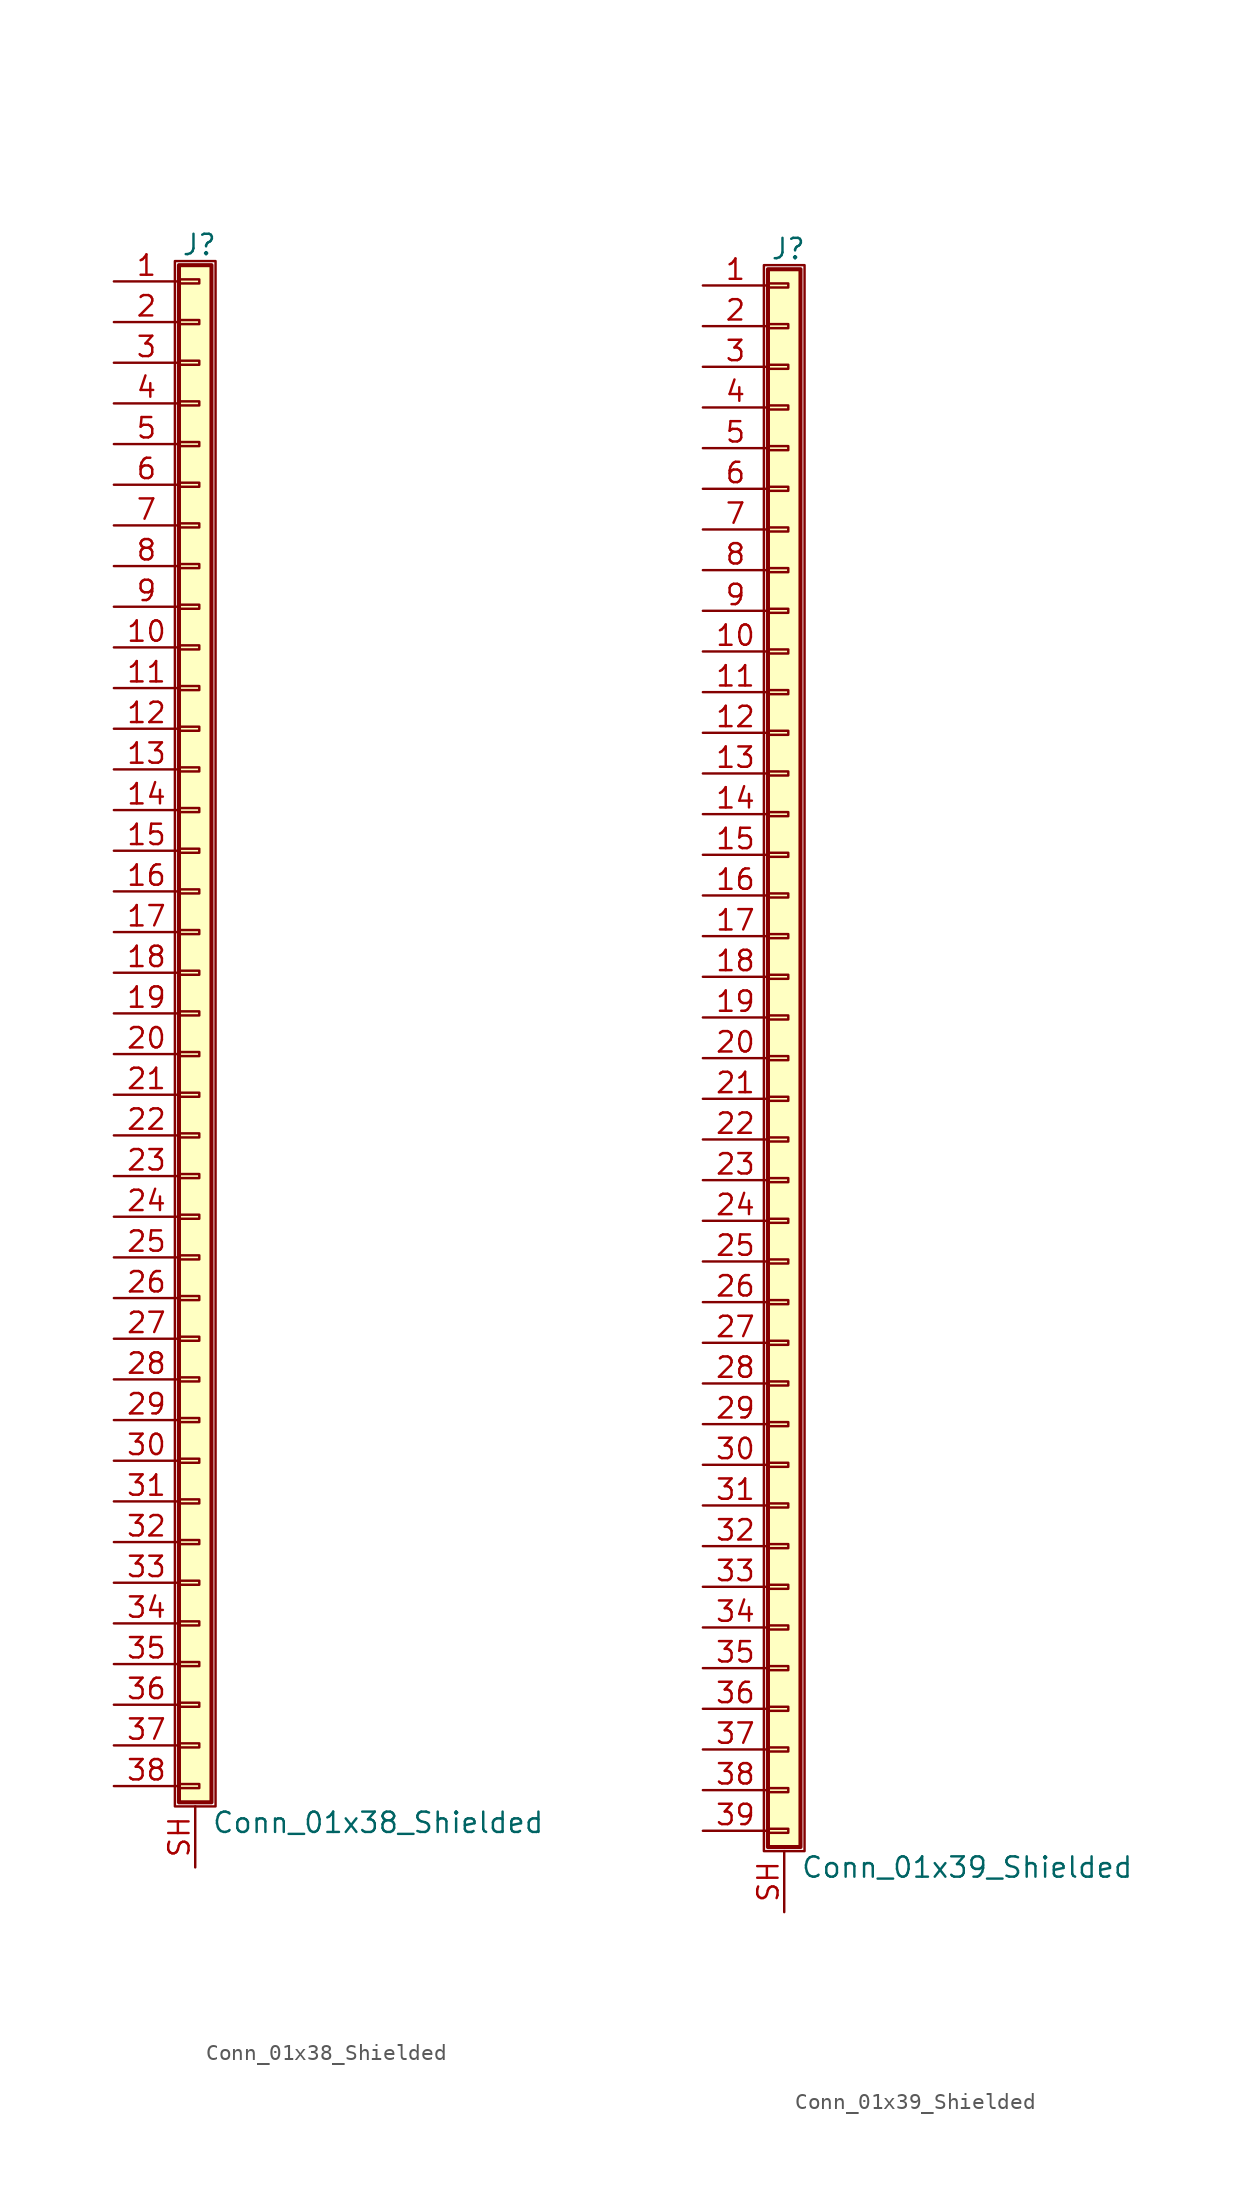
<source format=kicad_sym>
(kicad_symbol_lib
  (version 20201005)
  (generator kicad_symbol_editor)
  (symbol "Connector_Generic_Shielded:Conn_01x38_Shielded"
    (pin_names
      (offset 1.016) hide)
    (property "Reference" "J"
      (at 0.254 48.006 0)
      (effects (font (size 1.27 1.27))))
    (property "Value" "Conn_01x38_Shielded"
      (at 1.016 -50.546 0)
      (effects (font (size 1.27 1.27)) (justify left)))
    (symbol "Conn_01x38_Shielded_1_1"
      (rectangle (start -1.016 -27.813) (end 0.254 -28.067) (stroke (width 0.152)) (fill (type none)))
      (rectangle (start -1.016 -30.353) (end 0.254 -30.607) (stroke (width 0.152)) (fill (type none)))
      (rectangle (start -1.016 -32.893) (end 0.254 -33.147) (stroke (width 0.152)) (fill (type none)))
      (rectangle (start -1.016 -35.433) (end 0.254 -35.687) (stroke (width 0.152)) (fill (type none)))
      (rectangle (start -1.016 -37.973) (end 0.254 -38.227) (stroke (width 0.152)) (fill (type none)))
      (rectangle (start -1.016 -40.513) (end 0.254 -40.767) (stroke (width 0.152)) (fill (type none)))
      (rectangle (start -1.016 -43.053) (end 0.254 -43.307) (stroke (width 0.152)) (fill (type none)))
      (rectangle (start -1.016 -45.593) (end 0.254 -45.847) (stroke (width 0.152)) (fill (type none)))
      (rectangle (start -1.016 -48.133) (end 0.254 -48.387) (stroke (width 0.152)) (fill (type none)))
      (rectangle (start -1.016 -4.953) (end 0.254 -5.207) (stroke (width 0.152)) (fill (type none)))
      (rectangle (start -1.016 -7.493) (end 0.254 -7.747) (stroke (width 0.152)) (fill (type none)))
      (rectangle (start -1.016 -10.033) (end 0.254 -10.287) (stroke (width 0.152)) (fill (type none)))
      (rectangle (start -1.016 -12.573) (end 0.254 -12.827) (stroke (width 0.152)) (fill (type none)))
      (rectangle (start -1.016 -15.113) (end 0.254 -15.367) (stroke (width 0.152)) (fill (type none)))
      (rectangle (start -1.016 -17.653) (end 0.254 -17.907) (stroke (width 0.152)) (fill (type none)))
      (rectangle (start -1.016 -20.193) (end 0.254 -20.447) (stroke (width 0.152)) (fill (type none)))
      (rectangle (start -1.016 -22.733) (end 0.254 -22.987) (stroke (width 0.152)) (fill (type none)))
      (rectangle (start -1.016 -2.413) (end 0.254 -2.667) (stroke (width 0.152)) (fill (type none)))
      (rectangle (start -1.016 -25.273) (end 0.254 -25.527) (stroke (width 0.152)) (fill (type none)))
      (rectangle (start -1.016 25.527) (end 0.254 25.273) (stroke (width 0.152)) (fill (type none)))
      (rectangle (start -1.016 2.667) (end 0.254 2.413) (stroke (width 0.152)) (fill (type none)))
      (rectangle (start -1.016 28.067) (end 0.254 27.813) (stroke (width 0.152)) (fill (type none)))
      (rectangle (start -1.016 30.607) (end 0.254 30.353) (stroke (width 0.152)) (fill (type none)))
      (rectangle (start -1.016 33.147) (end 0.254 32.893) (stroke (width 0.152)) (fill (type none)))
      (rectangle (start -1.016 35.687) (end 0.254 35.433) (stroke (width 0.152)) (fill (type none)))
      (rectangle (start -1.016 38.227) (end 0.254 37.973) (stroke (width 0.152)) (fill (type none)))
      (rectangle (start -1.016 40.767) (end 0.254 40.513) (stroke (width 0.152)) (fill (type none)))
      (rectangle (start -1.016 43.307) (end 0.254 43.053) (stroke (width 0.152)) (fill (type none)))
      (rectangle (start -1.016 45.847) (end 0.254 45.593) (stroke (width 0.152)) (fill (type none)))
      (rectangle (start -1.016 46.736) (end 1.016 -49.276) (stroke (width 0.254)) (fill (type background)))
      (rectangle (start -1.016 5.207) (end 0.254 4.953) (stroke (width 0.152)) (fill (type none)))
      (rectangle (start -1.016 7.747) (end 0.254 7.493) (stroke (width 0.152)) (fill (type none)))
      (rectangle (start -1.016 10.287) (end 0.254 10.033) (stroke (width 0.152)) (fill (type none)))
      (rectangle (start -1.016 0.127) (end 0.254 -0.127) (stroke (width 0.152)) (fill (type none)))
      (rectangle (start -1.016 12.827) (end 0.254 12.573) (stroke (width 0.152)) (fill (type none)))
      (rectangle (start -1.016 15.367) (end 0.254 15.113) (stroke (width 0.152)) (fill (type none)))
      (rectangle (start -1.016 17.907) (end 0.254 17.653) (stroke (width 0.152)) (fill (type none)))
      (rectangle (start -1.016 20.447) (end 0.254 20.193) (stroke (width 0.152)) (fill (type none)))
      (rectangle (start -1.016 22.987) (end 0.254 22.733) (stroke (width 0.152)) (fill (type none)))
      (rectangle (start -1.27 46.99) (end 1.27 -49.53) (stroke (width 0.152)) (fill (type none)))
      (pin passive line (at -5.08 45.72 0) (length 4.064) (name "Pin_1" (effects (font (size 1.27 1.27)))) (number "1" (effects (font (size 1.27 1.27)))))
      (pin passive line (at -5.08 22.86 0) (length 4.064) (name "Pin_10" (effects (font (size 1.27 1.27)))) (number "10" (effects (font (size 1.27 1.27)))))
      (pin passive line (at -5.08 20.32 0) (length 4.064) (name "Pin_11" (effects (font (size 1.27 1.27)))) (number "11" (effects (font (size 1.27 1.27)))))
      (pin passive line (at -5.08 17.78 0) (length 4.064) (name "Pin_12" (effects (font (size 1.27 1.27)))) (number "12" (effects (font (size 1.27 1.27)))))
      (pin passive line (at -5.08 15.24 0) (length 4.064) (name "Pin_13" (effects (font (size 1.27 1.27)))) (number "13" (effects (font (size 1.27 1.27)))))
      (pin passive line (at -5.08 12.7 0) (length 4.064) (name "Pin_14" (effects (font (size 1.27 1.27)))) (number "14" (effects (font (size 1.27 1.27)))))
      (pin passive line (at -5.08 10.16 0) (length 4.064) (name "Pin_15" (effects (font (size 1.27 1.27)))) (number "15" (effects (font (size 1.27 1.27)))))
      (pin passive line (at -5.08 7.62 0) (length 4.064) (name "Pin_16" (effects (font (size 1.27 1.27)))) (number "16" (effects (font (size 1.27 1.27)))))
      (pin passive line (at -5.08 5.08 0) (length 4.064) (name "Pin_17" (effects (font (size 1.27 1.27)))) (number "17" (effects (font (size 1.27 1.27)))))
      (pin passive line (at -5.08 2.54 0) (length 4.064) (name "Pin_18" (effects (font (size 1.27 1.27)))) (number "18" (effects (font (size 1.27 1.27)))))
      (pin passive line (at -5.08 0 0) (length 4.064) (name "Pin_19" (effects (font (size 1.27 1.27)))) (number "19" (effects (font (size 1.27 1.27)))))
      (pin passive line (at -5.08 43.18 0) (length 4.064) (name "Pin_2" (effects (font (size 1.27 1.27)))) (number "2" (effects (font (size 1.27 1.27)))))
      (pin passive line (at -5.08 -2.54 0) (length 4.064) (name "Pin_20" (effects (font (size 1.27 1.27)))) (number "20" (effects (font (size 1.27 1.27)))))
      (pin passive line (at -5.08 -5.08 0) (length 4.064) (name "Pin_21" (effects (font (size 1.27 1.27)))) (number "21" (effects (font (size 1.27 1.27)))))
      (pin passive line (at -5.08 -7.62 0) (length 4.064) (name "Pin_22" (effects (font (size 1.27 1.27)))) (number "22" (effects (font (size 1.27 1.27)))))
      (pin passive line (at -5.08 -10.16 0) (length 4.064) (name "Pin_23" (effects (font (size 1.27 1.27)))) (number "23" (effects (font (size 1.27 1.27)))))
      (pin passive line (at -5.08 -12.7 0) (length 4.064) (name "Pin_24" (effects (font (size 1.27 1.27)))) (number "24" (effects (font (size 1.27 1.27)))))
      (pin passive line (at -5.08 -15.24 0) (length 4.064) (name "Pin_25" (effects (font (size 1.27 1.27)))) (number "25" (effects (font (size 1.27 1.27)))))
      (pin passive line (at -5.08 -17.78 0) (length 4.064) (name "Pin_26" (effects (font (size 1.27 1.27)))) (number "26" (effects (font (size 1.27 1.27)))))
      (pin passive line (at -5.08 -20.32 0) (length 4.064) (name "Pin_27" (effects (font (size 1.27 1.27)))) (number "27" (effects (font (size 1.27 1.27)))))
      (pin passive line (at -5.08 -22.86 0) (length 4.064) (name "Pin_28" (effects (font (size 1.27 1.27)))) (number "28" (effects (font (size 1.27 1.27)))))
      (pin passive line (at -5.08 -25.4 0) (length 4.064) (name "Pin_29" (effects (font (size 1.27 1.27)))) (number "29" (effects (font (size 1.27 1.27)))))
      (pin passive line (at -5.08 40.64 0) (length 4.064) (name "Pin_3" (effects (font (size 1.27 1.27)))) (number "3" (effects (font (size 1.27 1.27)))))
      (pin passive line (at -5.08 -27.94 0) (length 4.064) (name "Pin_30" (effects (font (size 1.27 1.27)))) (number "30" (effects (font (size 1.27 1.27)))))
      (pin passive line (at -5.08 -30.48 0) (length 4.064) (name "Pin_31" (effects (font (size 1.27 1.27)))) (number "31" (effects (font (size 1.27 1.27)))))
      (pin passive line (at -5.08 -33.02 0) (length 4.064) (name "Pin_32" (effects (font (size 1.27 1.27)))) (number "32" (effects (font (size 1.27 1.27)))))
      (pin passive line (at -5.08 -35.56 0) (length 4.064) (name "Pin_33" (effects (font (size 1.27 1.27)))) (number "33" (effects (font (size 1.27 1.27)))))
      (pin passive line (at -5.08 -38.1 0) (length 4.064) (name "Pin_34" (effects (font (size 1.27 1.27)))) (number "34" (effects (font (size 1.27 1.27)))))
      (pin passive line (at -5.08 -40.64 0) (length 4.064) (name "Pin_35" (effects (font (size 1.27 1.27)))) (number "35" (effects (font (size 1.27 1.27)))))
      (pin passive line (at -5.08 -43.18 0) (length 4.064) (name "Pin_36" (effects (font (size 1.27 1.27)))) (number "36" (effects (font (size 1.27 1.27)))))
      (pin passive line (at -5.08 -45.72 0) (length 4.064) (name "Pin_37" (effects (font (size 1.27 1.27)))) (number "37" (effects (font (size 1.27 1.27)))))
      (pin passive line (at -5.08 -48.26 0) (length 4.064) (name "Pin_38" (effects (font (size 1.27 1.27)))) (number "38" (effects (font (size 1.27 1.27)))))
      (pin passive line (at -5.08 38.1 0) (length 4.064) (name "Pin_4" (effects (font (size 1.27 1.27)))) (number "4" (effects (font (size 1.27 1.27)))))
      (pin passive line (at -5.08 35.56 0) (length 4.064) (name "Pin_5" (effects (font (size 1.27 1.27)))) (number "5" (effects (font (size 1.27 1.27)))))
      (pin passive line (at -5.08 33.02 0) (length 4.064) (name "Pin_6" (effects (font (size 1.27 1.27)))) (number "6" (effects (font (size 1.27 1.27)))))
      (pin passive line (at -5.08 30.48 0) (length 4.064) (name "Pin_7" (effects (font (size 1.27 1.27)))) (number "7" (effects (font (size 1.27 1.27)))))
      (pin passive line (at -5.08 27.94 0) (length 4.064) (name "Pin_8" (effects (font (size 1.27 1.27)))) (number "8" (effects (font (size 1.27 1.27)))))
      (pin passive line (at -5.08 25.4 0) (length 4.064) (name "Pin_9" (effects (font (size 1.27 1.27)))) (number "9" (effects (font (size 1.27 1.27)))))
      (pin passive line (at 0 -53.34 90) (length 3.81) (name "Shield" (effects (font (size 1.27 1.27)))) (number "SH" (effects (font (size 1.27 1.27)))))))
  (symbol "Connector_Generic_Shielded:Conn_01x39_Shielded"
    (pin_names
      (offset 1.016) hide)
    (property "Reference" "J"
      (at 0.254 50.546 0)
      (effects (font (size 1.27 1.27))))
    (property "Value" "Conn_01x39_Shielded"
      (at 1.016 -50.546 0)
      (effects (font (size 1.27 1.27)) (justify left)))
    (symbol "Conn_01x39_Shielded_1_1"
      (rectangle (start -1.016 -27.813) (end 0.254 -28.067) (stroke (width 0.152)) (fill (type none)))
      (rectangle (start -1.016 -30.353) (end 0.254 -30.607) (stroke (width 0.152)) (fill (type none)))
      (rectangle (start -1.016 -32.893) (end 0.254 -33.147) (stroke (width 0.152)) (fill (type none)))
      (rectangle (start -1.016 -35.433) (end 0.254 -35.687) (stroke (width 0.152)) (fill (type none)))
      (rectangle (start -1.016 -37.973) (end 0.254 -38.227) (stroke (width 0.152)) (fill (type none)))
      (rectangle (start -1.016 -40.513) (end 0.254 -40.767) (stroke (width 0.152)) (fill (type none)))
      (rectangle (start -1.016 -43.053) (end 0.254 -43.307) (stroke (width 0.152)) (fill (type none)))
      (rectangle (start -1.016 -45.593) (end 0.254 -45.847) (stroke (width 0.152)) (fill (type none)))
      (rectangle (start -1.016 -48.133) (end 0.254 -48.387) (stroke (width 0.152)) (fill (type none)))
      (rectangle (start -1.016 -4.953) (end 0.254 -5.207) (stroke (width 0.152)) (fill (type none)))
      (rectangle (start -1.016 -7.493) (end 0.254 -7.747) (stroke (width 0.152)) (fill (type none)))
      (rectangle (start -1.016 -10.033) (end 0.254 -10.287) (stroke (width 0.152)) (fill (type none)))
      (rectangle (start -1.016 -12.573) (end 0.254 -12.827) (stroke (width 0.152)) (fill (type none)))
      (rectangle (start -1.016 -15.113) (end 0.254 -15.367) (stroke (width 0.152)) (fill (type none)))
      (rectangle (start -1.016 -17.653) (end 0.254 -17.907) (stroke (width 0.152)) (fill (type none)))
      (rectangle (start -1.016 -20.193) (end 0.254 -20.447) (stroke (width 0.152)) (fill (type none)))
      (rectangle (start -1.016 -22.733) (end 0.254 -22.987) (stroke (width 0.152)) (fill (type none)))
      (rectangle (start -1.016 -2.413) (end 0.254 -2.667) (stroke (width 0.152)) (fill (type none)))
      (rectangle (start -1.016 -25.273) (end 0.254 -25.527) (stroke (width 0.152)) (fill (type none)))
      (rectangle (start -1.016 25.527) (end 0.254 25.273) (stroke (width 0.152)) (fill (type none)))
      (rectangle (start -1.016 2.667) (end 0.254 2.413) (stroke (width 0.152)) (fill (type none)))
      (rectangle (start -1.016 28.067) (end 0.254 27.813) (stroke (width 0.152)) (fill (type none)))
      (rectangle (start -1.016 30.607) (end 0.254 30.353) (stroke (width 0.152)) (fill (type none)))
      (rectangle (start -1.016 33.147) (end 0.254 32.893) (stroke (width 0.152)) (fill (type none)))
      (rectangle (start -1.016 35.687) (end 0.254 35.433) (stroke (width 0.152)) (fill (type none)))
      (rectangle (start -1.016 38.227) (end 0.254 37.973) (stroke (width 0.152)) (fill (type none)))
      (rectangle (start -1.016 40.767) (end 0.254 40.513) (stroke (width 0.152)) (fill (type none)))
      (rectangle (start -1.016 43.307) (end 0.254 43.053) (stroke (width 0.152)) (fill (type none)))
      (rectangle (start -1.016 45.847) (end 0.254 45.593) (stroke (width 0.152)) (fill (type none)))
      (rectangle (start -1.016 48.387) (end 0.254 48.133) (stroke (width 0.152)) (fill (type none)))
      (rectangle (start -1.016 49.276) (end 1.016 -49.276) (stroke (width 0.254)) (fill (type background)))
      (rectangle (start -1.016 5.207) (end 0.254 4.953) (stroke (width 0.152)) (fill (type none)))
      (rectangle (start -1.016 7.747) (end 0.254 7.493) (stroke (width 0.152)) (fill (type none)))
      (rectangle (start -1.016 10.287) (end 0.254 10.033) (stroke (width 0.152)) (fill (type none)))
      (rectangle (start -1.016 0.127) (end 0.254 -0.127) (stroke (width 0.152)) (fill (type none)))
      (rectangle (start -1.016 12.827) (end 0.254 12.573) (stroke (width 0.152)) (fill (type none)))
      (rectangle (start -1.016 15.367) (end 0.254 15.113) (stroke (width 0.152)) (fill (type none)))
      (rectangle (start -1.016 17.907) (end 0.254 17.653) (stroke (width 0.152)) (fill (type none)))
      (rectangle (start -1.016 20.447) (end 0.254 20.193) (stroke (width 0.152)) (fill (type none)))
      (rectangle (start -1.016 22.987) (end 0.254 22.733) (stroke (width 0.152)) (fill (type none)))
      (rectangle (start -1.27 49.53) (end 1.27 -49.53) (stroke (width 0.152)) (fill (type none)))
      (pin passive line (at -5.08 48.26 0) (length 4.064) (name "Pin_1" (effects (font (size 1.27 1.27)))) (number "1" (effects (font (size 1.27 1.27)))))
      (pin passive line (at -5.08 25.4 0) (length 4.064) (name "Pin_10" (effects (font (size 1.27 1.27)))) (number "10" (effects (font (size 1.27 1.27)))))
      (pin passive line (at -5.08 22.86 0) (length 4.064) (name "Pin_11" (effects (font (size 1.27 1.27)))) (number "11" (effects (font (size 1.27 1.27)))))
      (pin passive line (at -5.08 20.32 0) (length 4.064) (name "Pin_12" (effects (font (size 1.27 1.27)))) (number "12" (effects (font (size 1.27 1.27)))))
      (pin passive line (at -5.08 17.78 0) (length 4.064) (name "Pin_13" (effects (font (size 1.27 1.27)))) (number "13" (effects (font (size 1.27 1.27)))))
      (pin passive line (at -5.08 15.24 0) (length 4.064) (name "Pin_14" (effects (font (size 1.27 1.27)))) (number "14" (effects (font (size 1.27 1.27)))))
      (pin passive line (at -5.08 12.7 0) (length 4.064) (name "Pin_15" (effects (font (size 1.27 1.27)))) (number "15" (effects (font (size 1.27 1.27)))))
      (pin passive line (at -5.08 10.16 0) (length 4.064) (name "Pin_16" (effects (font (size 1.27 1.27)))) (number "16" (effects (font (size 1.27 1.27)))))
      (pin passive line (at -5.08 7.62 0) (length 4.064) (name "Pin_17" (effects (font (size 1.27 1.27)))) (number "17" (effects (font (size 1.27 1.27)))))
      (pin passive line (at -5.08 5.08 0) (length 4.064) (name "Pin_18" (effects (font (size 1.27 1.27)))) (number "18" (effects (font (size 1.27 1.27)))))
      (pin passive line (at -5.08 2.54 0) (length 4.064) (name "Pin_19" (effects (font (size 1.27 1.27)))) (number "19" (effects (font (size 1.27 1.27)))))
      (pin passive line (at -5.08 45.72 0) (length 4.064) (name "Pin_2" (effects (font (size 1.27 1.27)))) (number "2" (effects (font (size 1.27 1.27)))))
      (pin passive line (at -5.08 0 0) (length 4.064) (name "Pin_20" (effects (font (size 1.27 1.27)))) (number "20" (effects (font (size 1.27 1.27)))))
      (pin passive line (at -5.08 -2.54 0) (length 4.064) (name "Pin_21" (effects (font (size 1.27 1.27)))) (number "21" (effects (font (size 1.27 1.27)))))
      (pin passive line (at -5.08 -5.08 0) (length 4.064) (name "Pin_22" (effects (font (size 1.27 1.27)))) (number "22" (effects (font (size 1.27 1.27)))))
      (pin passive line (at -5.08 -7.62 0) (length 4.064) (name "Pin_23" (effects (font (size 1.27 1.27)))) (number "23" (effects (font (size 1.27 1.27)))))
      (pin passive line (at -5.08 -10.16 0) (length 4.064) (name "Pin_24" (effects (font (size 1.27 1.27)))) (number "24" (effects (font (size 1.27 1.27)))))
      (pin passive line (at -5.08 -12.7 0) (length 4.064) (name "Pin_25" (effects (font (size 1.27 1.27)))) (number "25" (effects (font (size 1.27 1.27)))))
      (pin passive line (at -5.08 -15.24 0) (length 4.064) (name "Pin_26" (effects (font (size 1.27 1.27)))) (number "26" (effects (font (size 1.27 1.27)))))
      (pin passive line (at -5.08 -17.78 0) (length 4.064) (name "Pin_27" (effects (font (size 1.27 1.27)))) (number "27" (effects (font (size 1.27 1.27)))))
      (pin passive line (at -5.08 -20.32 0) (length 4.064) (name "Pin_28" (effects (font (size 1.27 1.27)))) (number "28" (effects (font (size 1.27 1.27)))))
      (pin passive line (at -5.08 -22.86 0) (length 4.064) (name "Pin_29" (effects (font (size 1.27 1.27)))) (number "29" (effects (font (size 1.27 1.27)))))
      (pin passive line (at -5.08 43.18 0) (length 4.064) (name "Pin_3" (effects (font (size 1.27 1.27)))) (number "3" (effects (font (size 1.27 1.27)))))
      (pin passive line (at -5.08 -25.4 0) (length 4.064) (name "Pin_30" (effects (font (size 1.27 1.27)))) (number "30" (effects (font (size 1.27 1.27)))))
      (pin passive line (at -5.08 -27.94 0) (length 4.064) (name "Pin_31" (effects (font (size 1.27 1.27)))) (number "31" (effects (font (size 1.27 1.27)))))
      (pin passive line (at -5.08 -30.48 0) (length 4.064) (name "Pin_32" (effects (font (size 1.27 1.27)))) (number "32" (effects (font (size 1.27 1.27)))))
      (pin passive line (at -5.08 -33.02 0) (length 4.064) (name "Pin_33" (effects (font (size 1.27 1.27)))) (number "33" (effects (font (size 1.27 1.27)))))
      (pin passive line (at -5.08 -35.56 0) (length 4.064) (name "Pin_34" (effects (font (size 1.27 1.27)))) (number "34" (effects (font (size 1.27 1.27)))))
      (pin passive line (at -5.08 -38.1 0) (length 4.064) (name "Pin_35" (effects (font (size 1.27 1.27)))) (number "35" (effects (font (size 1.27 1.27)))))
      (pin passive line (at -5.08 -40.64 0) (length 4.064) (name "Pin_36" (effects (font (size 1.27 1.27)))) (number "36" (effects (font (size 1.27 1.27)))))
      (pin passive line (at -5.08 -43.18 0) (length 4.064) (name "Pin_37" (effects (font (size 1.27 1.27)))) (number "37" (effects (font (size 1.27 1.27)))))
      (pin passive line (at -5.08 -45.72 0) (length 4.064) (name "Pin_38" (effects (font (size 1.27 1.27)))) (number "38" (effects (font (size 1.27 1.27)))))
      (pin passive line (at -5.08 -48.26 0) (length 4.064) (name "Pin_39" (effects (font (size 1.27 1.27)))) (number "39" (effects (font (size 1.27 1.27)))))
      (pin passive line (at -5.08 40.64 0) (length 4.064) (name "Pin_4" (effects (font (size 1.27 1.27)))) (number "4" (effects (font (size 1.27 1.27)))))
      (pin passive line (at -5.08 38.1 0) (length 4.064) (name "Pin_5" (effects (font (size 1.27 1.27)))) (number "5" (effects (font (size 1.27 1.27)))))
      (pin passive line (at -5.08 35.56 0) (length 4.064) (name "Pin_6" (effects (font (size 1.27 1.27)))) (number "6" (effects (font (size 1.27 1.27)))))
      (pin passive line (at -5.08 33.02 0) (length 4.064) (name "Pin_7" (effects (font (size 1.27 1.27)))) (number "7" (effects (font (size 1.27 1.27)))))
      (pin passive line (at -5.08 30.48 0) (length 4.064) (name "Pin_8" (effects (font (size 1.27 1.27)))) (number "8" (effects (font (size 1.27 1.27)))))
      (pin passive line (at -5.08 27.94 0) (length 4.064) (name "Pin_9" (effects (font (size 1.27 1.27)))) (number "9" (effects (font (size 1.27 1.27)))))
      (pin passive line (at 0 -53.34 90) (length 3.81) (name "Shield" (effects (font (size 1.27 1.27)))) (number "SH" (effects (font (size 1.27 1.27))))))))
</source>
